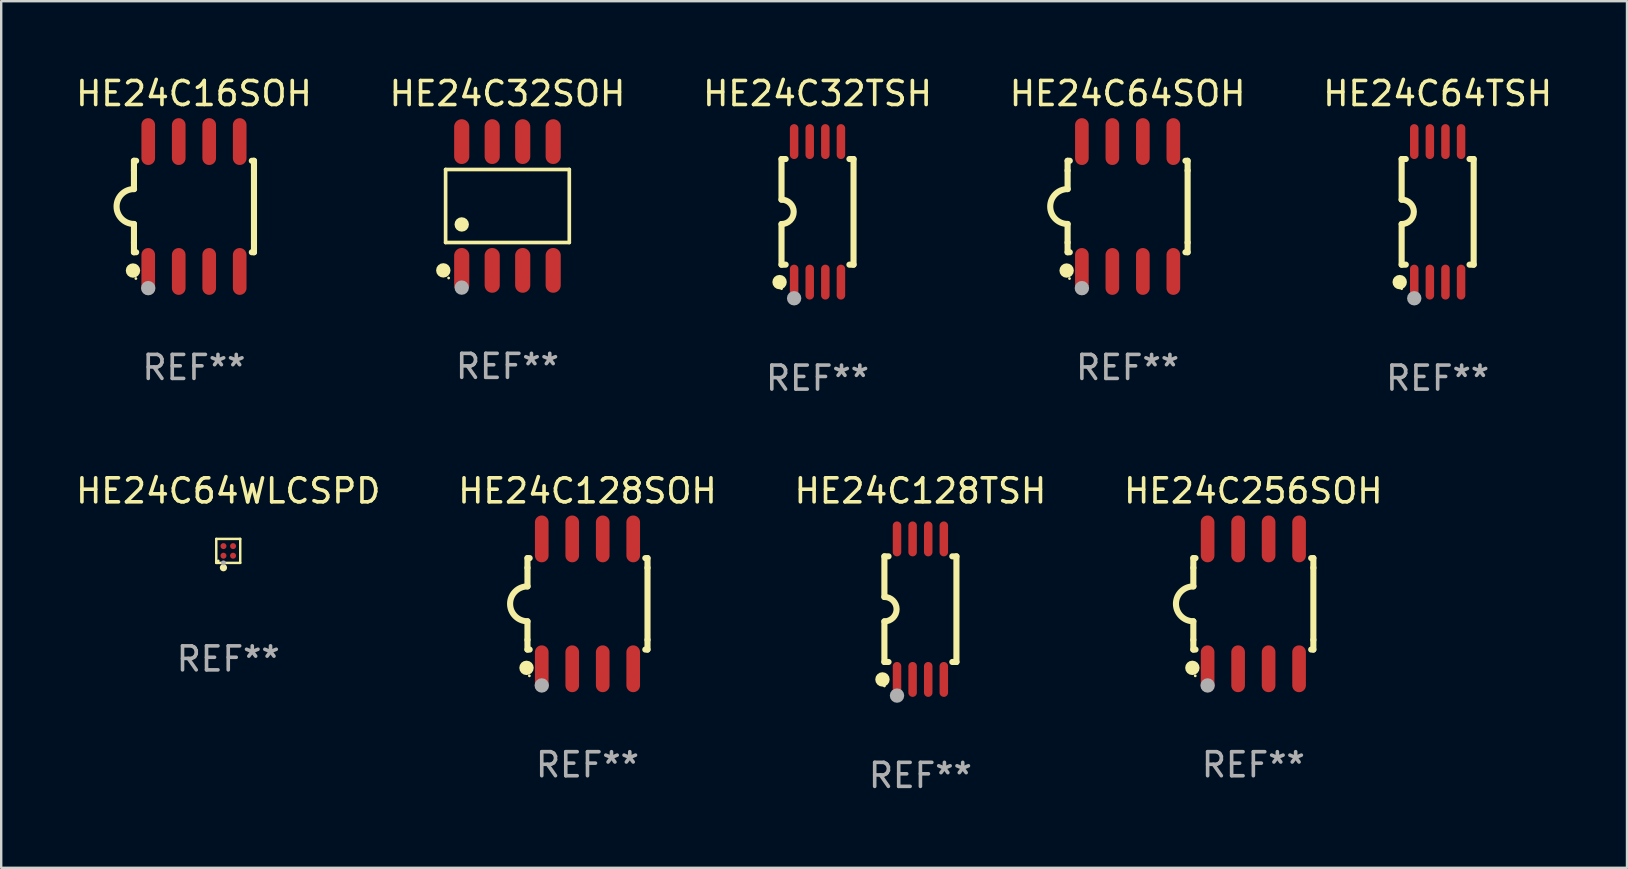
<source format=kicad_pcb>
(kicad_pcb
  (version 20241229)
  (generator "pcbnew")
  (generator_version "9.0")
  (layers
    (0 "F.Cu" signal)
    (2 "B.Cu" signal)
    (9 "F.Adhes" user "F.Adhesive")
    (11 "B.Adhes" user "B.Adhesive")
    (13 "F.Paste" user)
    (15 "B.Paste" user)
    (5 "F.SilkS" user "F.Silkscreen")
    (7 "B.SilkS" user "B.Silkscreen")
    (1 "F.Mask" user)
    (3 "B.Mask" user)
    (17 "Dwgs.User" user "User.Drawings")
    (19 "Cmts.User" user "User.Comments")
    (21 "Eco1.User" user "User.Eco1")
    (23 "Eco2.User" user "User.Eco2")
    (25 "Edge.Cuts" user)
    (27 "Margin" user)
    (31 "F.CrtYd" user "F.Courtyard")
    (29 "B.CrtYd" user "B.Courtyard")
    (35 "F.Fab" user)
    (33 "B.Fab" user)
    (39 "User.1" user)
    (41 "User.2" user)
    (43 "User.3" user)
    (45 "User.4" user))
  (footprint "HE24C64SOH"
    (layer "F.Cu")
    (at 43.923 5.553)
    (property "Reference" "HE24C64SOH" (at 0 -4.705 0) (layer "F.SilkS") (effects (font (size 1 1) (thickness 0.15))))
    (attr through_hole)
    (fp_line (start -2.5 -1.905) (end -2.409 -1.905) (stroke (width 0.254) (type solid)) (layer "F.SilkS"))
    (fp_line (start -2.5 -1.5) (end -2.5 -1.905) (stroke (width 0.254) (type solid)) (layer "F.SilkS"))
    (fp_line (start -2.5 -1.5) (end -2.5 -0.726) (stroke (width 0.254) (type solid)) (layer "F.SilkS"))
    (fp_line (start -2.5 1.5) (end -2.5 0.727) (stroke (width 0.254) (type solid)) (layer "F.SilkS"))
    (fp_line (start -2.5 1.5) (end -2.5 1.905) (stroke (width 0.254) (type solid)) (layer "F.SilkS"))
    (fp_line (start -2.5 1.905) (end -2.409 1.905) (stroke (width 0.254) (type solid)) (layer "F.SilkS"))
    (fp_line (start 2.5 -1.905) (end 2.409 -1.905) (stroke (width 0.254) (type solid)) (layer "F.SilkS"))
    (fp_line (start 2.5 -1.5) (end 2.5 -1.905) (stroke (width 0.254) (type solid)) (layer "F.SilkS"))
    (fp_line (start 2.5 -1.5) (end 2.5 1.5) (stroke (width 0.254) (type solid)) (layer "F.SilkS"))
    (fp_line (start 2.5 1.5) (end 2.5 1.905) (stroke (width 0.254) (type solid)) (layer "F.SilkS"))
    (fp_line (start 2.5 1.905) (end 2.409 1.905) (stroke (width 0.254) (type solid)) (layer "F.SilkS"))
    (fp_arc (start -2.5 0.726568) (mid -3.220316 -0.0023) (end -2.495097 -0.726289) (stroke (width 0.254001) (type solid)) (layer "F.SilkS"))
    (fp_circle (center -2.54 2.667) (end -2.39 2.667) (stroke (width 0.3) (type solid)) (fill no) (layer "F.SilkS"))
    (fp_circle (center -2.42 3) (end -2.39 3) (stroke (width 0.06) (type solid)) (fill no) (layer "F.SilkS"))
    (fp_circle (center -1.905 3.4) (end -1.755 3.4) (stroke (width 0.3) (type solid)) (fill no) (layer "F.Fab"))
    (fp_text user "REF**" (at 0 6.705 0) (layer "F.Fab") (effects (font (size 1 1) (thickness 0.15))))
    (pad "1" smd oval (at -1.905 2.705) (size 0.568 1.95) (layers "F.Cu" "F.Mask" "F.Paste"))
    (pad "2" smd oval (at -0.635 2.705) (size 0.568 1.95) (layers "F.Cu" "F.Mask" "F.Paste"))
    (pad "3" smd oval (at 0.635 2.705) (size 0.568 1.95) (layers "F.Cu" "F.Mask" "F.Paste"))
    (pad "4" smd oval (at 1.905 2.705) (size 0.568 1.95) (layers "F.Cu" "F.Mask" "F.Paste"))
    (pad "5" smd oval (at 1.905 -2.705) (size 0.568 1.95) (layers "F.Cu" "F.Mask" "F.Paste"))
    (pad "6" smd oval (at 0.635 -2.705) (size 0.568 1.95) (layers "F.Cu" "F.Mask" "F.Paste"))
    (pad "7" smd oval (at -0.635 -2.705) (size 0.568 1.95) (layers "F.Cu" "F.Mask" "F.Paste"))
    (pad "8" smd oval (at -1.905 -2.705) (size 0.568 1.95) (layers "F.Cu" "F.Mask" "F.Paste")))
  (footprint "HE24C32SOH"
    (layer "F.Cu")
    (at 18.089 5.531)
    (property "Reference" "HE24C32SOH" (at 0 -4.682 0) (layer "F.SilkS") (effects (font (size 1 1) (thickness 0.15))))
    (attr through_hole)
    (fp_line (start -2.576 -1.521) (end 2.576 -1.521) (stroke (width 0.152) (type solid)) (layer "F.SilkS"))
    (fp_line (start -2.576 1.521) (end -2.576 -1.521) (stroke (width 0.152) (type solid)) (layer "F.SilkS"))
    (fp_line (start 2.576 -1.521) (end 2.576 1.521) (stroke (width 0.152) (type solid)) (layer "F.SilkS"))
    (fp_line (start 2.576 1.521) (end -2.576 1.521) (stroke (width 0.152) (type solid)) (layer "F.SilkS"))
    (fp_circle (center -2.672 2.682) (end -2.522 2.682) (stroke (width 0.3) (type solid)) (fill no) (layer "F.SilkS"))
    (fp_circle (center -2.45 3) (end -2.42 3) (stroke (width 0.06) (type solid)) (fill no) (layer "F.SilkS"))
    (fp_circle (center -1.905 0.769) (end -1.755 0.769) (stroke (width 0.3) (type solid)) (fill no) (layer "F.SilkS"))
    (fp_circle (center -1.905 3.4) (end -1.755 3.4) (stroke (width 0.3) (type solid)) (fill no) (layer "F.Fab"))
    (fp_text user "REF**" (at 0 6.682 0) (layer "F.Fab") (effects (font (size 1 1) (thickness 0.15))))
    (pad "1" smd oval (at -1.905 2.682) (size 0.63 1.865) (layers "F.Cu" "F.Mask" "F.Paste"))
    (pad "2" smd oval (at -0.635 2.682) (size 0.63 1.865) (layers "F.Cu" "F.Mask" "F.Paste"))
    (pad "3" smd oval (at 0.635 2.682) (size 0.63 1.865) (layers "F.Cu" "F.Mask" "F.Paste"))
    (pad "4" smd oval (at 1.905 2.682) (size 0.63 1.865) (layers "F.Cu" "F.Mask" "F.Paste"))
    (pad "5" smd oval (at 1.905 -2.682) (size 0.63 1.865) (layers "F.Cu" "F.Mask" "F.Paste"))
    (pad "6" smd oval (at 0.635 -2.682) (size 0.63 1.865) (layers "F.Cu" "F.Mask" "F.Paste"))
    (pad "7" smd oval (at -0.635 -2.682) (size 0.63 1.865) (layers "F.Cu" "F.Mask" "F.Paste"))
    (pad "8" smd oval (at -1.905 -2.682) (size 0.63 1.865) (layers "F.Cu" "F.Mask" "F.Paste")))
  (footprint "HE24C128TSH"
    (layer "F.Cu")
    (at 35.292 22.326)
    (property "Reference" "HE24C128TSH" (at 0 -4.927 0) (layer "F.SilkS") (effects (font (size 1 1) (thickness 0.15))))
    (attr through_hole)
    (fp_line (start -1.5 -2.2) (end -1.5 -0.508) (stroke (width 0.254) (type solid)) (layer "F.SilkS"))
    (fp_line (start -1.5 -2.2) (end -1.328 -2.2) (stroke (width 0.254) (type solid)) (layer "F.SilkS"))
    (fp_line (start -1.5 2.2) (end -1.5 0.508) (stroke (width 0.254) (type solid)) (layer "F.SilkS"))
    (fp_line (start -1.5 2.2) (end -1.328 2.2) (stroke (width 0.254) (type solid)) (layer "F.SilkS"))
    (fp_line (start 1.328 -2.2) (end 1.5 -2.2) (stroke (width 0.254) (type solid)) (layer "F.SilkS"))
    (fp_line (start 1.328 2.2) (end 1.5 2.2) (stroke (width 0.254) (type solid)) (layer "F.SilkS"))
    (fp_line (start 1.5 -2.2) (end 1.5 2.2) (stroke (width 0.254) (type solid)) (layer "F.SilkS"))
    (fp_arc (start -1.501144 -0.508) (mid -0.993143 -0.000571) (end -1.5 0.508001) (stroke (width 0.254001) (type solid)) (layer "F.SilkS"))
    (fp_circle (center -1.581 2.927) (end -1.431 2.927) (stroke (width 0.3) (type solid)) (fill no) (layer "F.SilkS"))
    (fp_circle (center -1.5 3.2) (end -1.47 3.2) (stroke (width 0.06) (type solid)) (fill no) (layer "F.SilkS"))
    (fp_circle (center -0.975 3.6) (end -0.825 3.6) (stroke (width 0.3) (type solid)) (fill no) (layer "F.Fab"))
    (fp_text user "REF**" (at 0 6.927 0) (layer "F.Fab") (effects (font (size 1 1) (thickness 0.15))))
    (pad "1" smd oval (at -0.975 2.927) (size 0.353 1.454) (layers "F.Cu" "F.Mask" "F.Paste"))
    (pad "2" smd oval (at -0.325 2.927) (size 0.353 1.454) (layers "F.Cu" "F.Mask" "F.Paste"))
    (pad "3" smd oval (at 0.325 2.927) (size 0.353 1.454) (layers "F.Cu" "F.Mask" "F.Paste"))
    (pad "4" smd oval (at 0.975 2.927) (size 0.353 1.454) (layers "F.Cu" "F.Mask" "F.Paste"))
    (pad "5" smd oval (at 0.975 -2.927) (size 0.353 1.454) (layers "F.Cu" "F.Mask" "F.Paste"))
    (pad "6" smd oval (at 0.325 -2.927) (size 0.353 1.454) (layers "F.Cu" "F.Mask" "F.Paste"))
    (pad "7" smd oval (at -0.325 -2.927) (size 0.353 1.454) (layers "F.Cu" "F.Mask" "F.Paste"))
    (pad "8" smd oval (at -0.975 -2.927) (size 0.353 1.454) (layers "F.Cu" "F.Mask" "F.Paste")))
  (footprint "HE24C16SOH"
    (layer "F.Cu")
    (at 5.03 5.553)
    (property "Reference" "HE24C16SOH" (at 0 -4.705 0) (layer "F.SilkS") (effects (font (size 1 1) (thickness 0.15))))
    (attr through_hole)
    (fp_line (start -2.5 -1.905) (end -2.409 -1.905) (stroke (width 0.254) (type solid)) (layer "F.SilkS"))
    (fp_line (start -2.5 -1.5) (end -2.5 -1.905) (stroke (width 0.254) (type solid)) (layer "F.SilkS"))
    (fp_line (start -2.5 -1.5) (end -2.5 -0.726) (stroke (width 0.254) (type solid)) (layer "F.SilkS"))
    (fp_line (start -2.5 1.5) (end -2.5 0.727) (stroke (width 0.254) (type solid)) (layer "F.SilkS"))
    (fp_line (start -2.5 1.5) (end -2.5 1.905) (stroke (width 0.254) (type solid)) (layer "F.SilkS"))
    (fp_line (start -2.5 1.905) (end -2.409 1.905) (stroke (width 0.254) (type solid)) (layer "F.SilkS"))
    (fp_line (start 2.5 -1.905) (end 2.409 -1.905) (stroke (width 0.254) (type solid)) (layer "F.SilkS"))
    (fp_line (start 2.5 -1.5) (end 2.5 -1.905) (stroke (width 0.254) (type solid)) (layer "F.SilkS"))
    (fp_line (start 2.5 -1.5) (end 2.5 1.5) (stroke (width 0.254) (type solid)) (layer "F.SilkS"))
    (fp_line (start 2.5 1.5) (end 2.5 1.905) (stroke (width 0.254) (type solid)) (layer "F.SilkS"))
    (fp_line (start 2.5 1.905) (end 2.409 1.905) (stroke (width 0.254) (type solid)) (layer "F.SilkS"))
    (fp_arc (start -2.5 0.726568) (mid -3.220316 -0.0023) (end -2.495097 -0.726289) (stroke (width 0.254001) (type solid)) (layer "F.SilkS"))
    (fp_circle (center -2.54 2.667) (end -2.39 2.667) (stroke (width 0.3) (type solid)) (fill no) (layer "F.SilkS"))
    (fp_circle (center -2.42 3) (end -2.39 3) (stroke (width 0.06) (type solid)) (fill no) (layer "F.SilkS"))
    (fp_circle (center -1.905 3.4) (end -1.755 3.4) (stroke (width 0.3) (type solid)) (fill no) (layer "F.Fab"))
    (fp_text user "REF**" (at 0 6.705 0) (layer "F.Fab") (effects (font (size 1 1) (thickness 0.15))))
    (pad "1" smd oval (at -1.905 2.705) (size 0.568 1.95) (layers "F.Cu" "F.Mask" "F.Paste"))
    (pad "2" smd oval (at -0.635 2.705) (size 0.568 1.95) (layers "F.Cu" "F.Mask" "F.Paste"))
    (pad "3" smd oval (at 0.635 2.705) (size 0.568 1.95) (layers "F.Cu" "F.Mask" "F.Paste"))
    (pad "4" smd oval (at 1.905 2.705) (size 0.568 1.95) (layers "F.Cu" "F.Mask" "F.Paste"))
    (pad "5" smd oval (at 1.905 -2.705) (size 0.568 1.95) (layers "F.Cu" "F.Mask" "F.Paste"))
    (pad "6" smd oval (at 0.635 -2.705) (size 0.568 1.95) (layers "F.Cu" "F.Mask" "F.Paste"))
    (pad "7" smd oval (at -0.635 -2.705) (size 0.568 1.95) (layers "F.Cu" "F.Mask" "F.Paste"))
    (pad "8" smd oval (at -1.905 -2.705) (size 0.568 1.95) (layers "F.Cu" "F.Mask" "F.Paste")))
  (footprint "HE24C256SOH"
    (layer "F.Cu")
    (at 49.161 22.104)
    (property "Reference" "HE24C256SOH" (at 0 -4.705 0) (layer "F.SilkS") (effects (font (size 1 1) (thickness 0.15))))
    (attr through_hole)
    (fp_line (start -2.5 -1.905) (end -2.409 -1.905) (stroke (width 0.254) (type solid)) (layer "F.SilkS"))
    (fp_line (start -2.5 -1.5) (end -2.5 -1.905) (stroke (width 0.254) (type solid)) (layer "F.SilkS"))
    (fp_line (start -2.5 -1.5) (end -2.5 -0.726) (stroke (width 0.254) (type solid)) (layer "F.SilkS"))
    (fp_line (start -2.5 1.5) (end -2.5 0.727) (stroke (width 0.254) (type solid)) (layer "F.SilkS"))
    (fp_line (start -2.5 1.5) (end -2.5 1.905) (stroke (width 0.254) (type solid)) (layer "F.SilkS"))
    (fp_line (start -2.5 1.905) (end -2.409 1.905) (stroke (width 0.254) (type solid)) (layer "F.SilkS"))
    (fp_line (start 2.5 -1.905) (end 2.409 -1.905) (stroke (width 0.254) (type solid)) (layer "F.SilkS"))
    (fp_line (start 2.5 -1.5) (end 2.5 -1.905) (stroke (width 0.254) (type solid)) (layer "F.SilkS"))
    (fp_line (start 2.5 -1.5) (end 2.5 1.5) (stroke (width 0.254) (type solid)) (layer "F.SilkS"))
    (fp_line (start 2.5 1.5) (end 2.5 1.905) (stroke (width 0.254) (type solid)) (layer "F.SilkS"))
    (fp_line (start 2.5 1.905) (end 2.409 1.905) (stroke (width 0.254) (type solid)) (layer "F.SilkS"))
    (fp_arc (start -2.5 0.726568) (mid -3.220316 -0.0023) (end -2.495097 -0.726289) (stroke (width 0.254001) (type solid)) (layer "F.SilkS"))
    (fp_circle (center -2.54 2.667) (end -2.39 2.667) (stroke (width 0.3) (type solid)) (fill no) (layer "F.SilkS"))
    (fp_circle (center -2.42 3) (end -2.39 3) (stroke (width 0.06) (type solid)) (fill no) (layer "F.SilkS"))
    (fp_circle (center -1.905 3.4) (end -1.755 3.4) (stroke (width 0.3) (type solid)) (fill no) (layer "F.Fab"))
    (fp_text user "REF**" (at 0 6.705 0) (layer "F.Fab") (effects (font (size 1 1) (thickness 0.15))))
    (pad "1" smd oval (at -1.905 2.705) (size 0.568 1.95) (layers "F.Cu" "F.Mask" "F.Paste"))
    (pad "2" smd oval (at -0.635 2.705) (size 0.568 1.95) (layers "F.Cu" "F.Mask" "F.Paste"))
    (pad "3" smd oval (at 0.635 2.705) (size 0.568 1.95) (layers "F.Cu" "F.Mask" "F.Paste"))
    (pad "4" smd oval (at 1.905 2.705) (size 0.568 1.95) (layers "F.Cu" "F.Mask" "F.Paste"))
    (pad "5" smd oval (at 1.905 -2.705) (size 0.568 1.95) (layers "F.Cu" "F.Mask" "F.Paste"))
    (pad "6" smd oval (at 0.635 -2.705) (size 0.568 1.95) (layers "F.Cu" "F.Mask" "F.Paste"))
    (pad "7" smd oval (at -0.635 -2.705) (size 0.568 1.95) (layers "F.Cu" "F.Mask" "F.Paste"))
    (pad "8" smd oval (at -1.905 -2.705) (size 0.568 1.95) (layers "F.Cu" "F.Mask" "F.Paste")))
  (footprint "HE24C32TSH"
    (layer "F.Cu")
    (at 31.006 5.775)
    (property "Reference" "HE24C32TSH" (at 0 -4.927 0) (layer "F.SilkS") (effects (font (size 1 1) (thickness 0.15))))
    (attr through_hole)
    (fp_line (start -1.5 -2.2) (end -1.5 -0.508) (stroke (width 0.254) (type solid)) (layer "F.SilkS"))
    (fp_line (start -1.5 -2.2) (end -1.328 -2.2) (stroke (width 0.254) (type solid)) (layer "F.SilkS"))
    (fp_line (start -1.5 2.2) (end -1.5 0.508) (stroke (width 0.254) (type solid)) (layer "F.SilkS"))
    (fp_line (start -1.5 2.2) (end -1.328 2.2) (stroke (width 0.254) (type solid)) (layer "F.SilkS"))
    (fp_line (start 1.328 -2.2) (end 1.5 -2.2) (stroke (width 0.254) (type solid)) (layer "F.SilkS"))
    (fp_line (start 1.328 2.2) (end 1.5 2.2) (stroke (width 0.254) (type solid)) (layer "F.SilkS"))
    (fp_line (start 1.5 -2.2) (end 1.5 2.2) (stroke (width 0.254) (type solid)) (layer "F.SilkS"))
    (fp_arc (start -1.501144 -0.508) (mid -0.993143 -0.000571) (end -1.5 0.508001) (stroke (width 0.254001) (type solid)) (layer "F.SilkS"))
    (fp_circle (center -1.581 2.927) (end -1.431 2.927) (stroke (width 0.3) (type solid)) (fill no) (layer "F.SilkS"))
    (fp_circle (center -1.5 3.2) (end -1.47 3.2) (stroke (width 0.06) (type solid)) (fill no) (layer "F.SilkS"))
    (fp_circle (center -0.975 3.6) (end -0.825 3.6) (stroke (width 0.3) (type solid)) (fill no) (layer "F.Fab"))
    (fp_text user "REF**" (at 0 6.927 0) (layer "F.Fab") (effects (font (size 1 1) (thickness 0.15))))
    (pad "1" smd oval (at -0.975 2.927) (size 0.353 1.454) (layers "F.Cu" "F.Mask" "F.Paste"))
    (pad "2" smd oval (at -0.325 2.927) (size 0.353 1.454) (layers "F.Cu" "F.Mask" "F.Paste"))
    (pad "3" smd oval (at 0.325 2.927) (size 0.353 1.454) (layers "F.Cu" "F.Mask" "F.Paste"))
    (pad "4" smd oval (at 0.975 2.927) (size 0.353 1.454) (layers "F.Cu" "F.Mask" "F.Paste"))
    (pad "5" smd oval (at 0.975 -2.927) (size 0.353 1.454) (layers "F.Cu" "F.Mask" "F.Paste"))
    (pad "6" smd oval (at 0.325 -2.927) (size 0.353 1.454) (layers "F.Cu" "F.Mask" "F.Paste"))
    (pad "7" smd oval (at -0.325 -2.927) (size 0.353 1.454) (layers "F.Cu" "F.Mask" "F.Paste"))
    (pad "8" smd oval (at -0.975 -2.927) (size 0.353 1.454) (layers "F.Cu" "F.Mask" "F.Paste")))
  (footprint "HE24C128SOH"
    (layer "F.Cu")
    (at 21.423 22.104)
    (property "Reference" "HE24C128SOH" (at 0 -4.705 0) (layer "F.SilkS") (effects (font (size 1 1) (thickness 0.15))))
    (attr through_hole)
    (fp_line (start -2.5 -1.905) (end -2.409 -1.905) (stroke (width 0.254) (type solid)) (layer "F.SilkS"))
    (fp_line (start -2.5 -1.5) (end -2.5 -1.905) (stroke (width 0.254) (type solid)) (layer "F.SilkS"))
    (fp_line (start -2.5 -1.5) (end -2.5 -0.726) (stroke (width 0.254) (type solid)) (layer "F.SilkS"))
    (fp_line (start -2.5 1.5) (end -2.5 0.727) (stroke (width 0.254) (type solid)) (layer "F.SilkS"))
    (fp_line (start -2.5 1.5) (end -2.5 1.905) (stroke (width 0.254) (type solid)) (layer "F.SilkS"))
    (fp_line (start -2.5 1.905) (end -2.409 1.905) (stroke (width 0.254) (type solid)) (layer "F.SilkS"))
    (fp_line (start 2.5 -1.905) (end 2.409 -1.905) (stroke (width 0.254) (type solid)) (layer "F.SilkS"))
    (fp_line (start 2.5 -1.5) (end 2.5 -1.905) (stroke (width 0.254) (type solid)) (layer "F.SilkS"))
    (fp_line (start 2.5 -1.5) (end 2.5 1.5) (stroke (width 0.254) (type solid)) (layer "F.SilkS"))
    (fp_line (start 2.5 1.5) (end 2.5 1.905) (stroke (width 0.254) (type solid)) (layer "F.SilkS"))
    (fp_line (start 2.5 1.905) (end 2.409 1.905) (stroke (width 0.254) (type solid)) (layer "F.SilkS"))
    (fp_arc (start -2.5 0.726568) (mid -3.220316 -0.0023) (end -2.495097 -0.726289) (stroke (width 0.254001) (type solid)) (layer "F.SilkS"))
    (fp_circle (center -2.54 2.667) (end -2.39 2.667) (stroke (width 0.3) (type solid)) (fill no) (layer "F.SilkS"))
    (fp_circle (center -2.42 3) (end -2.39 3) (stroke (width 0.06) (type solid)) (fill no) (layer "F.SilkS"))
    (fp_circle (center -1.905 3.4) (end -1.755 3.4) (stroke (width 0.3) (type solid)) (fill no) (layer "F.Fab"))
    (fp_text user "REF**" (at 0 6.705 0) (layer "F.Fab") (effects (font (size 1 1) (thickness 0.15))))
    (pad "1" smd oval (at -1.905 2.705) (size 0.568 1.95) (layers "F.Cu" "F.Mask" "F.Paste"))
    (pad "2" smd oval (at -0.635 2.705) (size 0.568 1.95) (layers "F.Cu" "F.Mask" "F.Paste"))
    (pad "3" smd oval (at 0.635 2.705) (size 0.568 1.95) (layers "F.Cu" "F.Mask" "F.Paste"))
    (pad "4" smd oval (at 1.905 2.705) (size 0.568 1.95) (layers "F.Cu" "F.Mask" "F.Paste"))
    (pad "5" smd oval (at 1.905 -2.705) (size 0.568 1.95) (layers "F.Cu" "F.Mask" "F.Paste"))
    (pad "6" smd oval (at 0.635 -2.705) (size 0.568 1.95) (layers "F.Cu" "F.Mask" "F.Paste"))
    (pad "7" smd oval (at -0.635 -2.705) (size 0.568 1.95) (layers "F.Cu" "F.Mask" "F.Paste"))
    (pad "8" smd oval (at -1.905 -2.705) (size 0.568 1.95) (layers "F.Cu" "F.Mask" "F.Paste")))
  (footprint "HE24C64WLCSPD"
    (layer "F.Cu")
    (at 6.458 19.899)
    (property "Reference" "HE24C64WLCSPD" (at 0 -2.5 0) (layer "F.SilkS") (effects (font (size 1 1) (thickness 0.15))))
    (attr through_hole)
    (fp_line (start -0.499 0.5) (end -0.499 0.44) (stroke (width 0.102) (type solid)) (layer "F.SilkS"))
    (fp_line (start -0.499 -0.5) (end 0.499 -0.5) (stroke (width 0.102) (type solid)) (layer "F.SilkS"))
    (fp_line (start -0.499 0.44) (end -0.499 -0.5) (stroke (width 0.102) (type solid)) (layer "F.SilkS"))
    (fp_line (start -0.44 0.499) (end -0.499 0.499) (stroke (width 0.102) (type solid)) (layer "F.SilkS"))
    (fp_line (start 0.499 -0.5) (end 0.499 0.499) (stroke (width 0.102) (type solid)) (layer "F.SilkS"))
    (fp_line (start 0.499 0.499) (end -0.44 0.499) (stroke (width 0.102) (type solid)) (layer "F.SilkS"))
    (fp_circle (center -0.417 0.417) (end -0.387 0.417) (stroke (width 0.06) (type solid)) (fill no) (layer "F.SilkS"))
    (fp_circle (center -0.2 0.7) (end -0.124 0.7) (stroke (width 0.152) (type solid)) (fill no) (layer "F.SilkS"))
    (fp_circle (center -0.2 0.5) (end -0.148 0.5) (stroke (width 0.102) (type solid)) (fill no) (layer "F.Fab"))
    (fp_text user "REF**" (at 0 4.5 0) (layer "F.Fab") (effects (font (size 1 1) (thickness 0.15))))
    (pad "A1" smd circle (at -0.199 0.2) (size 0.25 0.25) (layers "F.Cu" "F.Mask" "F.Paste"))
    (pad "A2" smd circle (at -0.199 -0.2) (size 0.25 0.25) (layers "F.Cu" "F.Mask" "F.Paste"))
    (pad "B1" smd circle (at 0.201 0.2) (size 0.25 0.25) (layers "F.Cu" "F.Mask" "F.Paste"))
    (pad "B2" smd circle (at 0.201 -0.2) (size 0.25 0.25) (layers "F.Cu" "F.Mask" "F.Paste")))
  (footprint "HE24C64TSH"
    (layer "F.Cu")
    (at 56.839 5.775)
    (property "Reference" "HE24C64TSH" (at 0 -4.927 0) (layer "F.SilkS") (effects (font (size 1 1) (thickness 0.15))))
    (attr through_hole)
    (fp_line (start -1.5 -2.2) (end -1.5 -0.508) (stroke (width 0.254) (type solid)) (layer "F.SilkS"))
    (fp_line (start -1.5 -2.2) (end -1.328 -2.2) (stroke (width 0.254) (type solid)) (layer "F.SilkS"))
    (fp_line (start -1.5 2.2) (end -1.5 0.508) (stroke (width 0.254) (type solid)) (layer "F.SilkS"))
    (fp_line (start -1.5 2.2) (end -1.328 2.2) (stroke (width 0.254) (type solid)) (layer "F.SilkS"))
    (fp_line (start 1.328 -2.2) (end 1.5 -2.2) (stroke (width 0.254) (type solid)) (layer "F.SilkS"))
    (fp_line (start 1.328 2.2) (end 1.5 2.2) (stroke (width 0.254) (type solid)) (layer "F.SilkS"))
    (fp_line (start 1.5 -2.2) (end 1.5 2.2) (stroke (width 0.254) (type solid)) (layer "F.SilkS"))
    (fp_arc (start -1.501144 -0.508) (mid -0.993143 -0.000571) (end -1.5 0.508001) (stroke (width 0.254001) (type solid)) (layer "F.SilkS"))
    (fp_circle (center -1.581 2.927) (end -1.431 2.927) (stroke (width 0.3) (type solid)) (fill no) (layer "F.SilkS"))
    (fp_circle (center -1.5 3.2) (end -1.47 3.2) (stroke (width 0.06) (type solid)) (fill no) (layer "F.SilkS"))
    (fp_circle (center -0.975 3.6) (end -0.825 3.6) (stroke (width 0.3) (type solid)) (fill no) (layer "F.Fab"))
    (fp_text user "REF**" (at 0 6.927 0) (layer "F.Fab") (effects (font (size 1 1) (thickness 0.15))))
    (pad "1" smd oval (at -0.975 2.927) (size 0.353 1.454) (layers "F.Cu" "F.Mask" "F.Paste"))
    (pad "2" smd oval (at -0.325 2.927) (size 0.353 1.454) (layers "F.Cu" "F.Mask" "F.Paste"))
    (pad "3" smd oval (at 0.325 2.927) (size 0.353 1.454) (layers "F.Cu" "F.Mask" "F.Paste"))
    (pad "4" smd oval (at 0.975 2.927) (size 0.353 1.454) (layers "F.Cu" "F.Mask" "F.Paste"))
    (pad "5" smd oval (at 0.975 -2.927) (size 0.353 1.454) (layers "F.Cu" "F.Mask" "F.Paste"))
    (pad "6" smd oval (at 0.325 -2.927) (size 0.353 1.454) (layers "F.Cu" "F.Mask" "F.Paste"))
    (pad "7" smd oval (at -0.325 -2.927) (size 0.353 1.454) (layers "F.Cu" "F.Mask" "F.Paste"))
    (pad "8" smd oval (at -0.975 -2.927) (size 0.353 1.454) (layers "F.Cu" "F.Mask" "F.Paste")))
  (gr_rect
    (start -3 -3)
    (end 64.726 33.101)
    (stroke (width 0.1) (type default))
    (fill no)
    (layer "Edge.Cuts")))
</source>
